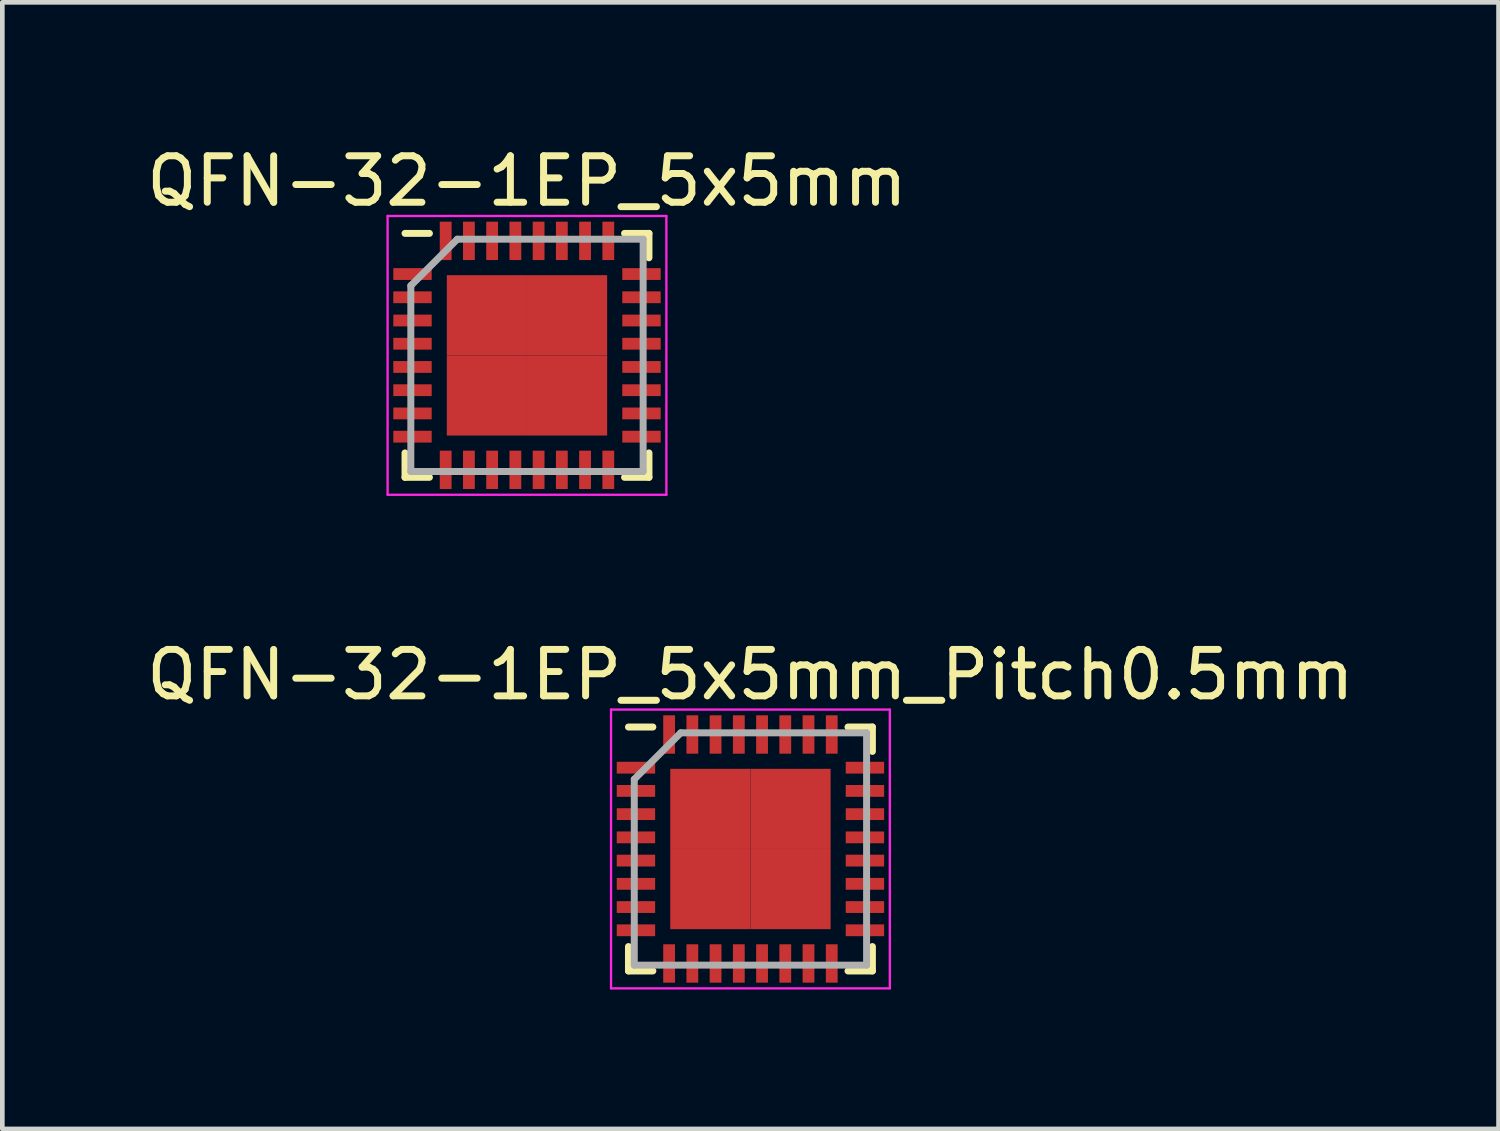
<source format=kicad_pcb>
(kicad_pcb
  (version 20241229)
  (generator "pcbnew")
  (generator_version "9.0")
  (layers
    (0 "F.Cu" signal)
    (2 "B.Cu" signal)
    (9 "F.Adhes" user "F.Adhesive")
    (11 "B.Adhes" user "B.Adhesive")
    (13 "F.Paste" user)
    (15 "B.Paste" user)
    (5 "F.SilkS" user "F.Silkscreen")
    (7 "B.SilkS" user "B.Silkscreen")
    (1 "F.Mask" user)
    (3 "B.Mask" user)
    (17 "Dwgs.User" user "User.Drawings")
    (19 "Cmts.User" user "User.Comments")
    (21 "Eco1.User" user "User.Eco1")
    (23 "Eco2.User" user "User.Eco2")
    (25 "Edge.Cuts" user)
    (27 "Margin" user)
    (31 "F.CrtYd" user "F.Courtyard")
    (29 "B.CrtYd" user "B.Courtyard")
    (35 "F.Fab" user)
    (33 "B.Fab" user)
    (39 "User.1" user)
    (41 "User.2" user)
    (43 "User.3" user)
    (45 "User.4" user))
  (footprint "QFN-32-1EP_5x5mm_Pitch0.5mm"
    (layer "F.Cu")
    (at 13.101 15.222)
    (property "Reference" "QFN-32-1EP_5x5mm_Pitch0.5mm" (at 0 -3.75 0) (layer "F.SilkS") (effects (font (size 1 1) (thickness 0.15))))
    (attr smd)
    (fp_line (start -2.625 -2.625) (end -2.1 -2.625) (stroke (width 0.15) (type solid)) (layer "F.SilkS"))
    (fp_line (start -2.625 2.625) (end -2.625 2.1) (stroke (width 0.15) (type solid)) (layer "F.SilkS"))
    (fp_line (start -2.625 2.625) (end -2.1 2.625) (stroke (width 0.15) (type solid)) (layer "F.SilkS"))
    (fp_line (start 2.625 -2.625) (end 2.1 -2.625) (stroke (width 0.15) (type solid)) (layer "F.SilkS"))
    (fp_line (start 2.625 -2.625) (end 2.625 -2.1) (stroke (width 0.15) (type solid)) (layer "F.SilkS"))
    (fp_line (start 2.625 2.625) (end 2.1 2.625) (stroke (width 0.15) (type solid)) (layer "F.SilkS"))
    (fp_line (start 2.625 2.625) (end 2.625 2.1) (stroke (width 0.15) (type solid)) (layer "F.SilkS"))
    (fp_line (start -3 -3) (end -3 3) (stroke (width 0.05) (type solid)) (layer "F.CrtYd"))
    (fp_line (start -3 -3) (end 3 -3) (stroke (width 0.05) (type solid)) (layer "F.CrtYd"))
    (fp_line (start -3 3) (end 3 3) (stroke (width 0.05) (type solid)) (layer "F.CrtYd"))
    (fp_line (start 3 -3) (end 3 3) (stroke (width 0.05) (type solid)) (layer "F.CrtYd"))
    (fp_line (start -2.5 -1.5) (end -1.5 -2.5) (stroke (width 0.15) (type solid)) (layer "F.Fab"))
    (fp_line (start -2.5 2.5) (end -2.5 -1.5) (stroke (width 0.15) (type solid)) (layer "F.Fab"))
    (fp_line (start -1.5 -2.5) (end 2.5 -2.5) (stroke (width 0.15) (type solid)) (layer "F.Fab"))
    (fp_line (start 2.5 -2.5) (end 2.5 2.5) (stroke (width 0.15) (type solid)) (layer "F.Fab"))
    (fp_line (start 2.5 2.5) (end -2.5 2.5) (stroke (width 0.15) (type solid)) (layer "F.Fab"))
    (pad "1" smd rect (at -2.464 -1.75) (size 0.826 0.254) (layers "F.Cu" "F.Mask" "F.Paste"))
    (pad "2" smd rect (at -2.464 -1.25) (size 0.826 0.254) (layers "F.Cu" "F.Mask" "F.Paste"))
    (pad "3" smd rect (at -2.464 -0.75) (size 0.826 0.254) (layers "F.Cu" "F.Mask" "F.Paste"))
    (pad "4" smd rect (at -2.464 -0.25) (size 0.826 0.254) (layers "F.Cu" "F.Mask" "F.Paste"))
    (pad "5" smd rect (at -2.464 0.25) (size 0.826 0.254) (layers "F.Cu" "F.Mask" "F.Paste"))
    (pad "6" smd rect (at -2.464 0.75) (size 0.826 0.254) (layers "F.Cu" "F.Mask" "F.Paste"))
    (pad "7" smd rect (at -2.464 1.25) (size 0.826 0.254) (layers "F.Cu" "F.Mask" "F.Paste"))
    (pad "8" smd rect (at -2.464 1.75) (size 0.826 0.254) (layers "F.Cu" "F.Mask" "F.Paste"))
    (pad "9" smd rect (at -1.75 2.464 90) (size 0.826 0.254) (layers "F.Cu" "F.Mask" "F.Paste"))
    (pad "10" smd rect (at -1.25 2.464 90) (size 0.826 0.254) (layers "F.Cu" "F.Mask" "F.Paste"))
    (pad "11" smd rect (at -0.75 2.464 90) (size 0.826 0.254) (layers "F.Cu" "F.Mask" "F.Paste"))
    (pad "12" smd rect (at -0.25 2.464 90) (size 0.826 0.254) (layers "F.Cu" "F.Mask" "F.Paste"))
    (pad "13" smd rect (at 0.25 2.464 90) (size 0.826 0.254) (layers "F.Cu" "F.Mask" "F.Paste"))
    (pad "14" smd rect (at 0.75 2.464 90) (size 0.826 0.254) (layers "F.Cu" "F.Mask" "F.Paste"))
    (pad "15" smd rect (at 1.25 2.464 90) (size 0.826 0.254) (layers "F.Cu" "F.Mask" "F.Paste"))
    (pad "16" smd rect (at 1.75 2.464 90) (size 0.826 0.254) (layers "F.Cu" "F.Mask" "F.Paste"))
    (pad "17" smd rect (at 2.464 1.75) (size 0.826 0.254) (layers "F.Cu" "F.Mask" "F.Paste"))
    (pad "18" smd rect (at 2.464 1.25) (size 0.826 0.254) (layers "F.Cu" "F.Mask" "F.Paste"))
    (pad "19" smd rect (at 2.464 0.75) (size 0.826 0.254) (layers "F.Cu" "F.Mask" "F.Paste"))
    (pad "20" smd rect (at 2.464 0.25) (size 0.826 0.254) (layers "F.Cu" "F.Mask" "F.Paste"))
    (pad "21" smd rect (at 2.464 -0.25) (size 0.826 0.254) (layers "F.Cu" "F.Mask" "F.Paste"))
    (pad "22" smd rect (at 2.464 -0.75) (size 0.826 0.254) (layers "F.Cu" "F.Mask" "F.Paste"))
    (pad "23" smd rect (at 2.464 -1.25) (size 0.826 0.254) (layers "F.Cu" "F.Mask" "F.Paste"))
    (pad "24" smd rect (at 2.464 -1.75) (size 0.826 0.254) (layers "F.Cu" "F.Mask" "F.Paste"))
    (pad "25" smd rect (at 1.75 -2.464 90) (size 0.826 0.254) (layers "F.Cu" "F.Mask" "F.Paste"))
    (pad "26" smd rect (at 1.25 -2.464 90) (size 0.826 0.254) (layers "F.Cu" "F.Mask" "F.Paste"))
    (pad "27" smd rect (at 0.75 -2.464 90) (size 0.826 0.254) (layers "F.Cu" "F.Mask" "F.Paste"))
    (pad "28" smd rect (at 0.25 -2.464 90) (size 0.826 0.254) (layers "F.Cu" "F.Mask" "F.Paste"))
    (pad "29" smd rect (at -0.25 -2.464 90) (size 0.826 0.254) (layers "F.Cu" "F.Mask" "F.Paste"))
    (pad "30" smd rect (at -0.75 -2.464 90) (size 0.826 0.254) (layers "F.Cu" "F.Mask" "F.Paste"))
    (pad "31" smd rect (at -1.25 -2.464 90) (size 0.826 0.254) (layers "F.Cu" "F.Mask" "F.Paste"))
    (pad "32" smd rect (at -1.75 -2.464 90) (size 0.826 0.254) (layers "F.Cu" "F.Mask" "F.Paste"))
    (pad "33" smd rect (at -0.863 -0.863) (size 1.725 1.725) (layers "F.Cu" "F.Mask" "F.Paste"))
    (pad "33" smd rect (at -0.863 0.863) (size 1.725 1.725) (layers "F.Cu" "F.Mask" "F.Paste"))
    (pad "33" smd rect (at 0.863 -0.863) (size 1.725 1.725) (layers "F.Cu" "F.Mask" "F.Paste"))
    (pad "33" smd rect (at 0.863 0.863) (size 1.725 1.725) (layers "F.Cu" "F.Mask" "F.Paste")))
  (footprint "QFN-32-1EP_5x5mm"
    (layer "F.Cu")
    (at 8.292 4.598)
    (property "Reference" "QFN-32-1EP_5x5mm" (at 0 -3.75 0) (layer "F.SilkS") (effects (font (size 1 1) (thickness 0.15))))
    (attr smd)
    (fp_line (start -2.625 -2.625) (end -2.1 -2.625) (stroke (width 0.15) (type solid)) (layer "F.SilkS"))
    (fp_line (start -2.625 2.625) (end -2.625 2.1) (stroke (width 0.15) (type solid)) (layer "F.SilkS"))
    (fp_line (start -2.625 2.625) (end -2.1 2.625) (stroke (width 0.15) (type solid)) (layer "F.SilkS"))
    (fp_line (start 2.625 -2.625) (end 2.1 -2.625) (stroke (width 0.15) (type solid)) (layer "F.SilkS"))
    (fp_line (start 2.625 -2.625) (end 2.625 -2.1) (stroke (width 0.15) (type solid)) (layer "F.SilkS"))
    (fp_line (start 2.625 2.625) (end 2.1 2.625) (stroke (width 0.15) (type solid)) (layer "F.SilkS"))
    (fp_line (start 2.625 2.625) (end 2.625 2.1) (stroke (width 0.15) (type solid)) (layer "F.SilkS"))
    (fp_line (start -3 -3) (end -3 3) (stroke (width 0.05) (type solid)) (layer "F.CrtYd"))
    (fp_line (start -3 -3) (end 3 -3) (stroke (width 0.05) (type solid)) (layer "F.CrtYd"))
    (fp_line (start -3 3) (end 3 3) (stroke (width 0.05) (type solid)) (layer "F.CrtYd"))
    (fp_line (start 3 -3) (end 3 3) (stroke (width 0.05) (type solid)) (layer "F.CrtYd"))
    (fp_line (start -2.5 -1.5) (end -1.5 -2.5) (stroke (width 0.15) (type solid)) (layer "F.Fab"))
    (fp_line (start -2.5 2.5) (end -2.5 -1.5) (stroke (width 0.15) (type solid)) (layer "F.Fab"))
    (fp_line (start -1.5 -2.5) (end 2.5 -2.5) (stroke (width 0.15) (type solid)) (layer "F.Fab"))
    (fp_line (start 2.5 -2.5) (end 2.5 2.5) (stroke (width 0.15) (type solid)) (layer "F.Fab"))
    (fp_line (start 2.5 2.5) (end -2.5 2.5) (stroke (width 0.15) (type solid)) (layer "F.Fab"))
    (pad "1" smd rect (at -2.464 -1.75) (size 0.826 0.254) (layers "F.Cu" "F.Mask" "F.Paste"))
    (pad "2" smd rect (at -2.464 -1.25) (size 0.826 0.254) (layers "F.Cu" "F.Mask" "F.Paste"))
    (pad "3" smd rect (at -2.464 -0.75) (size 0.826 0.254) (layers "F.Cu" "F.Mask" "F.Paste"))
    (pad "4" smd rect (at -2.464 -0.25) (size 0.826 0.254) (layers "F.Cu" "F.Mask" "F.Paste"))
    (pad "5" smd rect (at -2.464 0.25) (size 0.826 0.254) (layers "F.Cu" "F.Mask" "F.Paste"))
    (pad "6" smd rect (at -2.464 0.75) (size 0.826 0.254) (layers "F.Cu" "F.Mask" "F.Paste"))
    (pad "7" smd rect (at -2.464 1.25) (size 0.826 0.254) (layers "F.Cu" "F.Mask" "F.Paste"))
    (pad "8" smd rect (at -2.464 1.75) (size 0.826 0.254) (layers "F.Cu" "F.Mask" "F.Paste"))
    (pad "9" smd rect (at -1.75 2.464 90) (size 0.826 0.254) (layers "F.Cu" "F.Mask" "F.Paste"))
    (pad "10" smd rect (at -1.25 2.464 90) (size 0.826 0.254) (layers "F.Cu" "F.Mask" "F.Paste"))
    (pad "11" smd rect (at -0.75 2.464 90) (size 0.826 0.254) (layers "F.Cu" "F.Mask" "F.Paste"))
    (pad "12" smd rect (at -0.25 2.464 90) (size 0.826 0.254) (layers "F.Cu" "F.Mask" "F.Paste"))
    (pad "13" smd rect (at 0.25 2.464 90) (size 0.826 0.254) (layers "F.Cu" "F.Mask" "F.Paste"))
    (pad "14" smd rect (at 0.75 2.464 90) (size 0.826 0.254) (layers "F.Cu" "F.Mask" "F.Paste"))
    (pad "15" smd rect (at 1.25 2.464 90) (size 0.826 0.254) (layers "F.Cu" "F.Mask" "F.Paste"))
    (pad "16" smd rect (at 1.75 2.464 90) (size 0.826 0.254) (layers "F.Cu" "F.Mask" "F.Paste"))
    (pad "17" smd rect (at 2.464 1.75) (size 0.826 0.254) (layers "F.Cu" "F.Mask" "F.Paste"))
    (pad "18" smd rect (at 2.464 1.25) (size 0.826 0.254) (layers "F.Cu" "F.Mask" "F.Paste"))
    (pad "19" smd rect (at 2.464 0.75) (size 0.826 0.254) (layers "F.Cu" "F.Mask" "F.Paste"))
    (pad "20" smd rect (at 2.464 0.25) (size 0.826 0.254) (layers "F.Cu" "F.Mask" "F.Paste"))
    (pad "21" smd rect (at 2.464 -0.25) (size 0.826 0.254) (layers "F.Cu" "F.Mask" "F.Paste"))
    (pad "22" smd rect (at 2.464 -0.75) (size 0.826 0.254) (layers "F.Cu" "F.Mask" "F.Paste"))
    (pad "23" smd rect (at 2.464 -1.25) (size 0.826 0.254) (layers "F.Cu" "F.Mask" "F.Paste"))
    (pad "24" smd rect (at 2.464 -1.75) (size 0.826 0.254) (layers "F.Cu" "F.Mask" "F.Paste"))
    (pad "25" smd rect (at 1.75 -2.464 90) (size 0.826 0.254) (layers "F.Cu" "F.Mask" "F.Paste"))
    (pad "26" smd rect (at 1.25 -2.464 90) (size 0.826 0.254) (layers "F.Cu" "F.Mask" "F.Paste"))
    (pad "27" smd rect (at 0.75 -2.464 90) (size 0.826 0.254) (layers "F.Cu" "F.Mask" "F.Paste"))
    (pad "28" smd rect (at 0.25 -2.464 90) (size 0.826 0.254) (layers "F.Cu" "F.Mask" "F.Paste"))
    (pad "29" smd rect (at -0.25 -2.464 90) (size 0.826 0.254) (layers "F.Cu" "F.Mask" "F.Paste"))
    (pad "30" smd rect (at -0.75 -2.464 90) (size 0.826 0.254) (layers "F.Cu" "F.Mask" "F.Paste"))
    (pad "31" smd rect (at -1.25 -2.464 90) (size 0.826 0.254) (layers "F.Cu" "F.Mask" "F.Paste"))
    (pad "32" smd rect (at -1.75 -2.464 90) (size 0.826 0.254) (layers "F.Cu" "F.Mask" "F.Paste"))
    (pad "33" smd rect (at -0.863 -0.863) (size 1.725 1.725) (layers "F.Cu" "F.Mask" "F.Paste"))
    (pad "33" smd rect (at -0.863 0.863) (size 1.725 1.725) (layers "F.Cu" "F.Mask" "F.Paste"))
    (pad "33" smd rect (at 0.863 -0.863) (size 1.725 1.725) (layers "F.Cu" "F.Mask" "F.Paste"))
    (pad "33" smd rect (at 0.863 0.863) (size 1.725 1.725) (layers "F.Cu" "F.Mask" "F.Paste")))
  (gr_rect
    (start -3 -3)
    (end 29.202 21.247)
    (stroke (width 0.1) (type default))
    (fill no)
    (layer "Edge.Cuts")))
</source>
